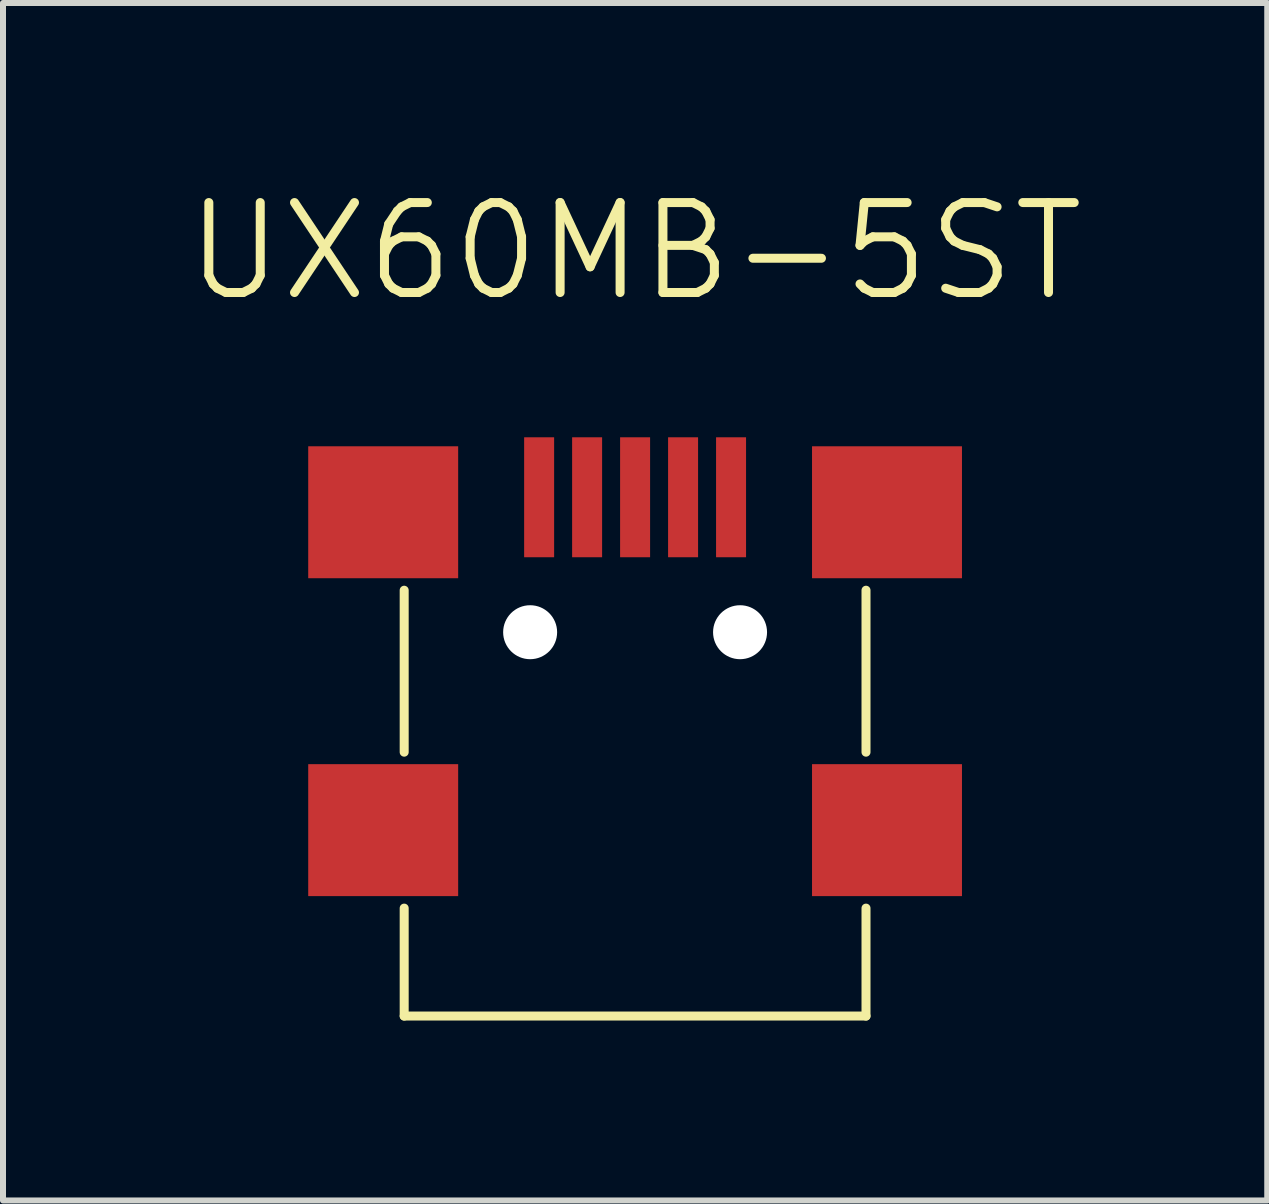
<source format=kicad_pcb>
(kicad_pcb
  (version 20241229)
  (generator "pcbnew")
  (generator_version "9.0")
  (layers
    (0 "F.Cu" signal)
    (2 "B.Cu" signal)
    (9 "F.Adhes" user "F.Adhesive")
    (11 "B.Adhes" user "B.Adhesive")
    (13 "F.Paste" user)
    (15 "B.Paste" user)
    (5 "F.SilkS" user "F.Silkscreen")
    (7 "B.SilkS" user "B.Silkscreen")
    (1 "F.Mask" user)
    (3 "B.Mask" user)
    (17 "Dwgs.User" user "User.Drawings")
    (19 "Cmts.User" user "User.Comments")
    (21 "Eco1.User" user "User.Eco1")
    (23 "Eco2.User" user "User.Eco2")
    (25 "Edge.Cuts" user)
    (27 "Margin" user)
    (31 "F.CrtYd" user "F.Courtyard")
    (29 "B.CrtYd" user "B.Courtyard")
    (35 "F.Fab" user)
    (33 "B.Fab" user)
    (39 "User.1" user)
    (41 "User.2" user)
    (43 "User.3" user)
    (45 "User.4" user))
  (footprint "UX60MB-5ST"
    (layer "F.Cu")
    (at 7.539 7.491)
    (property "Reference" "UX60MB-5ST" (at 0 -6.35 0) (layer "F.SilkS") (effects (font (size 1.5 1.5) (thickness 0.15))))
    (attr through_hole)
    (fp_line (start -3.85 -0.7) (end -3.85 2) (stroke (width 0.15) (type solid)) (layer "F.SilkS"))
    (fp_line (start -3.85 4.6) (end -3.85 6.4) (stroke (width 0.15) (type solid)) (layer "F.SilkS"))
    (fp_line (start -3.85 6.4) (end 3.85 6.4) (stroke (width 0.15) (type solid)) (layer "F.SilkS"))
    (fp_line (start 3.85 -0.7) (end 3.85 2) (stroke (width 0.15) (type solid)) (layer "F.SilkS"))
    (fp_line (start 3.85 4.6) (end 3.85 6.4) (stroke (width 0.15) (type solid)) (layer "F.SilkS"))
    (pad "" np_thru_hole circle (at -1.75 0) (size 0.9 0.9) (drill 0.9) (layers "*.Cu" "*.Mask"))
    (pad "" np_thru_hole circle (at 1.75 0) (size 0.9 0.9) (drill 0.9) (layers "*.Cu" "*.Mask"))
    (pad "1" smd rect (at -1.6 -2.25) (size 0.5 2) (layers "F.Cu" "F.Mask" "F.Paste"))
    (pad "2" smd rect (at -0.8 -2.25) (size 0.5 2) (layers "F.Cu" "F.Mask" "F.Paste"))
    (pad "3" smd rect (at 0 -2.25) (size 0.5 2) (layers "F.Cu" "F.Mask" "F.Paste"))
    (pad "4" smd rect (at 0.8 -2.25) (size 0.5 2) (layers "F.Cu" "F.Mask" "F.Paste"))
    (pad "5" smd rect (at 1.6 -2.25) (size 0.5 2) (layers "F.Cu" "F.Mask" "F.Paste"))
    (pad "6" smd rect (at -4.2 -2) (size 2.5 2.2) (layers "F.Cu" "F.Mask" "F.Paste"))
    (pad "7" smd rect (at -4.2 3.3) (size 2.5 2.2) (layers "F.Cu" "F.Mask" "F.Paste"))
    (pad "8" smd rect (at 4.2 -2) (size 2.5 2.2) (layers "F.Cu" "F.Mask" "F.Paste"))
    (pad "9" smd rect (at 4.2 3.3) (size 2.5 2.2) (layers "F.Cu" "F.Mask" "F.Paste")))
  (gr_rect
    (start -3 -3)
    (end 18.079 16.966)
    (stroke (width 0.1) (type default))
    (fill no)
    (layer "Edge.Cuts")))
</source>
